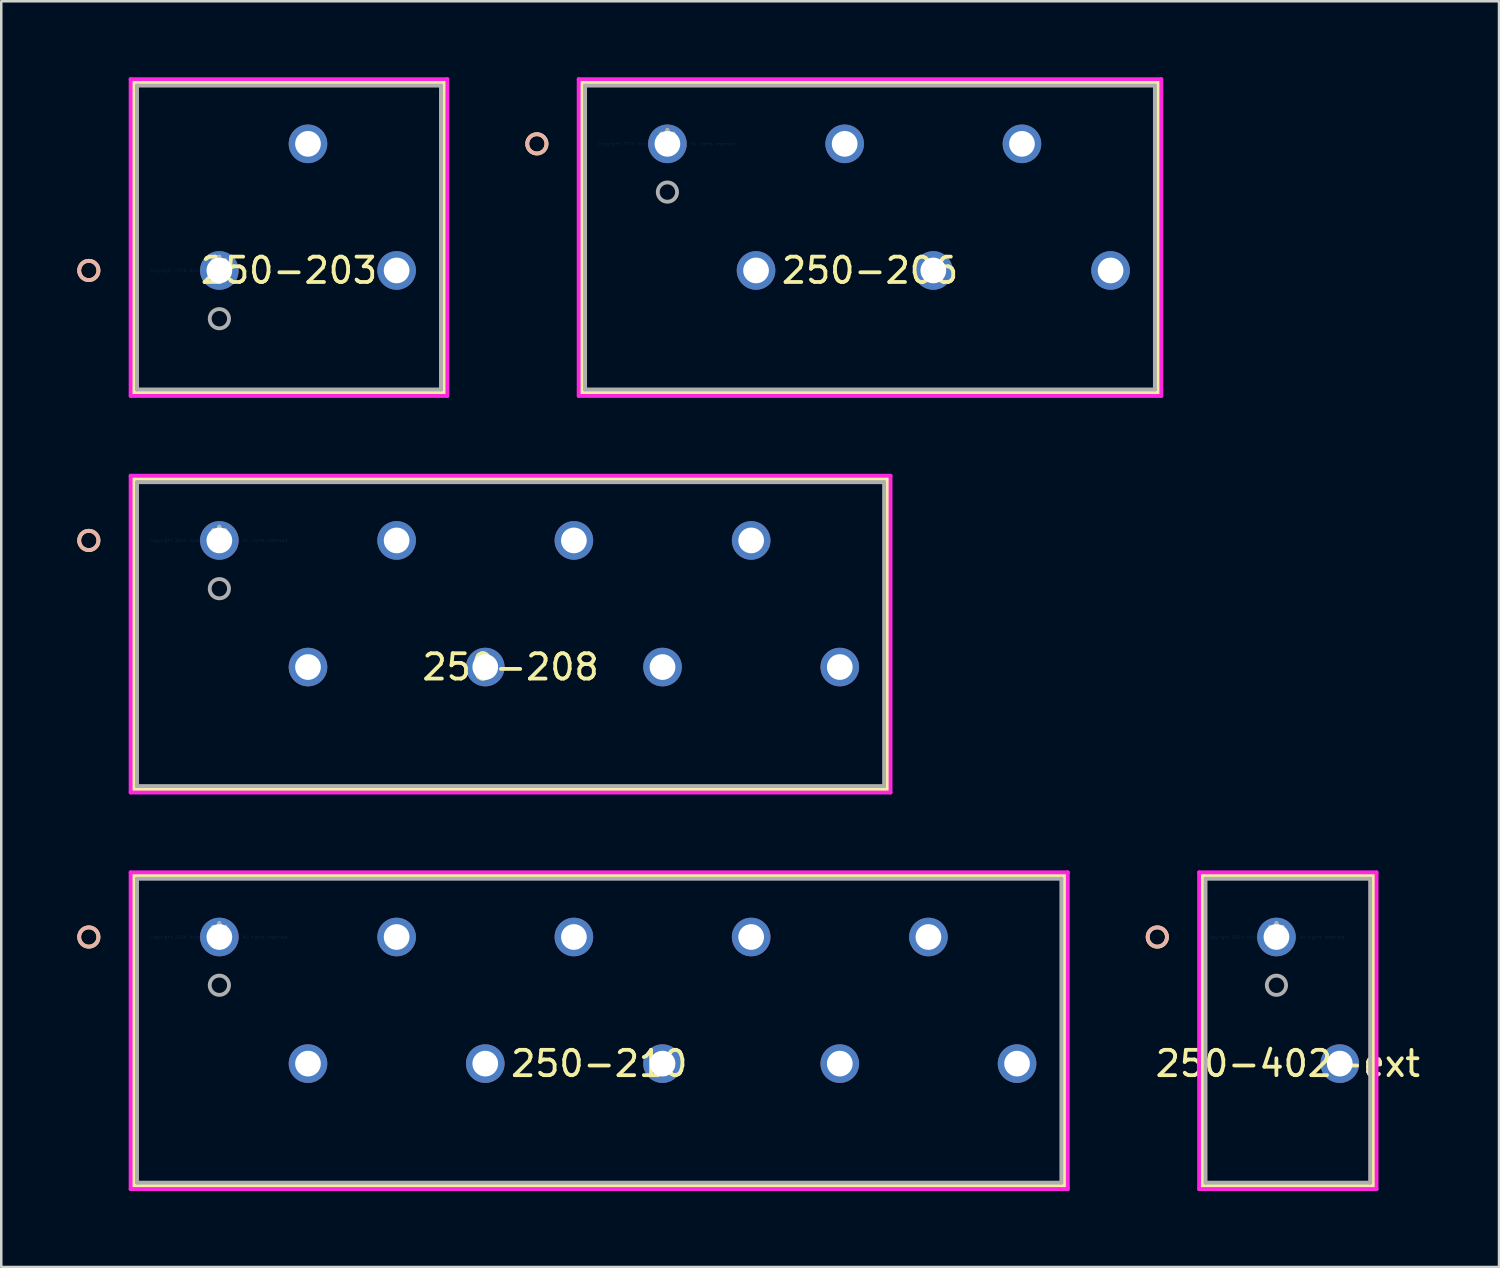
<source format=kicad_pcb>
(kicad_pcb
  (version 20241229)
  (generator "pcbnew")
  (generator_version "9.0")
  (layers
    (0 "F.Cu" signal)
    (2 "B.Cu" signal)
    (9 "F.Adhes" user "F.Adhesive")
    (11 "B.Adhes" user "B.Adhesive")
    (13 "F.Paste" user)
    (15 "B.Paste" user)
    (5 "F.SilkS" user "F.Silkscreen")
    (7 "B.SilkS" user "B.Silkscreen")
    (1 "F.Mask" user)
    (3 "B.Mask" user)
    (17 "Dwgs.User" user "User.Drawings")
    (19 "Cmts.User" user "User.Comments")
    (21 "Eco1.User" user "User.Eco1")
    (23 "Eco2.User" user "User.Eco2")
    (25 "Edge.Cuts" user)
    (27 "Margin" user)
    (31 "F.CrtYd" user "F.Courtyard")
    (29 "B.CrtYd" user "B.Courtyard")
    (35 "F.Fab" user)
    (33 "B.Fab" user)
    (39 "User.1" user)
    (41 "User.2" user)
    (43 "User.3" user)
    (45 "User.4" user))
  (footprint "250-206"
    (layer "F.Cu")
    (at 23.305 2.63)
    (property "Reference" "250-206" (at 8 5 0) (layer "F.SilkS") (effects (font (size 1 1) (thickness 0.15))))
    (attr through_hole)
    (fp_line (start -3.377 -2.427) (end -3.377 9.827) (stroke (width 0.152) (type solid)) (layer "F.SilkS"))
    (fp_line (start -3.377 9.827) (end 19.377 9.827) (stroke (width 0.152) (type solid)) (layer "F.SilkS"))
    (fp_line (start 19.377 -2.427) (end -3.377 -2.427) (stroke (width 0.152) (type solid)) (layer "F.SilkS"))
    (fp_line (start 19.377 9.827) (end 19.377 -2.427) (stroke (width 0.152) (type solid)) (layer "F.SilkS"))
    (fp_circle (center -5.155 0) (end -4.774 0) (stroke (width 0.152) (type solid)) (fill no) (layer "F.SilkS"))
    (fp_circle (center -5.155 0) (end -4.774 0) (stroke (width 0.152) (type solid)) (fill no) (layer "B.SilkS"))
    (fp_line (start -3.504 -2.554) (end -3.504 9.954) (stroke (width 0.152) (type solid)) (layer "F.CrtYd"))
    (fp_line (start -3.504 9.954) (end 19.504 9.954) (stroke (width 0.152) (type solid)) (layer "F.CrtYd"))
    (fp_line (start 19.504 -2.554) (end -3.504 -2.554) (stroke (width 0.152) (type solid)) (layer "F.CrtYd"))
    (fp_line (start 19.504 9.954) (end 19.504 -2.554) (stroke (width 0.152) (type solid)) (layer "F.CrtYd"))
    (fp_line (start -3.25 -2.3) (end -3.25 9.7) (stroke (width 0.152) (type solid)) (layer "F.Fab"))
    (fp_line (start -3.25 9.7) (end 19.25 9.7) (stroke (width 0.152) (type solid)) (layer "F.Fab"))
    (fp_line (start 19.25 -2.3) (end -3.25 -2.3) (stroke (width 0.152) (type solid)) (layer "F.Fab"))
    (fp_line (start 19.25 9.7) (end 19.25 -2.3) (stroke (width 0.152) (type solid)) (layer "F.Fab"))
    (fp_circle (center 0 1.905) (end 0.381 1.905) (stroke (width 0.152) (type solid)) (fill no) (layer "F.Fab"))
    (fp_text user "*" (at 0 0 0) (layer "F.SilkS") (effects (font (size 1 1) (thickness 0.15))))
    (fp_text user "Copyright 2016 Accelerated Designs. All rights reserved." (at 0 0 0) (layer "Cmts.User") (effects (font (size 0.127 0.127) (thickness 0.002))))
    (fp_text user "*" (at 0 0 0) (layer "F.Fab") (effects (font (size 1 1) (thickness 0.15))))
    (pad "1" thru_hole circle (at 0 0) (size 1.524 1.524) (drill 1.016) (layers "*.Cu" "*.Mask"))
    (pad "2" thru_hole circle (at 3.5 5) (size 1.524 1.524) (drill 1.016) (layers "*.Cu" "*.Mask"))
    (pad "3" thru_hole circle (at 7 0) (size 1.524 1.524) (drill 1.016) (layers "*.Cu" "*.Mask"))
    (pad "4" thru_hole circle (at 10.5 5) (size 1.524 1.524) (drill 1.016) (layers "*.Cu" "*.Mask"))
    (pad "5" thru_hole circle (at 14 0) (size 1.524 1.524) (drill 1.016) (layers "*.Cu" "*.Mask"))
    (pad "6" thru_hole circle (at 17.5 5) (size 1.524 1.524) (drill 1.016) (layers "*.Cu" "*.Mask")))
  (footprint "250-402-ext"
    (layer "F.Cu")
    (at 47.355 33.951)
    (property "Reference" "250-402-ext" (at 0.45 5 0) (layer "F.SilkS") (effects (font (size 1 1) (thickness 0.15))))
    (attr through_hole)
    (fp_line (start -2.927 -2.427) (end -2.927 9.827) (stroke (width 0.152) (type solid)) (layer "F.SilkS"))
    (fp_line (start -2.927 9.827) (end 3.827 9.827) (stroke (width 0.152) (type solid)) (layer "F.SilkS"))
    (fp_line (start 3.827 -2.427) (end -2.927 -2.427) (stroke (width 0.152) (type solid)) (layer "F.SilkS"))
    (fp_line (start 3.827 9.827) (end 3.827 -2.427) (stroke (width 0.152) (type solid)) (layer "F.SilkS"))
    (fp_circle (center -4.705 0) (end -4.324 0) (stroke (width 0.152) (type solid)) (fill no) (layer "F.SilkS"))
    (fp_circle (center -4.705 0) (end -4.324 0) (stroke (width 0.152) (type solid)) (fill no) (layer "B.SilkS"))
    (fp_line (start -3.054 -2.554) (end -3.054 9.954) (stroke (width 0.152) (type solid)) (layer "F.CrtYd"))
    (fp_line (start -3.054 9.954) (end 3.954 9.954) (stroke (width 0.152) (type solid)) (layer "F.CrtYd"))
    (fp_line (start 3.954 -2.554) (end -3.054 -2.554) (stroke (width 0.152) (type solid)) (layer "F.CrtYd"))
    (fp_line (start 3.954 9.954) (end 3.954 -2.554) (stroke (width 0.152) (type solid)) (layer "F.CrtYd"))
    (fp_line (start -2.8 -2.3) (end -2.8 9.7) (stroke (width 0.152) (type solid)) (layer "F.Fab"))
    (fp_line (start -2.8 9.7) (end 3.7 9.7) (stroke (width 0.152) (type solid)) (layer "F.Fab"))
    (fp_line (start 3.7 -2.3) (end -2.8 -2.3) (stroke (width 0.152) (type solid)) (layer "F.Fab"))
    (fp_line (start 3.7 9.7) (end 3.7 -2.3) (stroke (width 0.152) (type solid)) (layer "F.Fab"))
    (fp_circle (center 0 1.905) (end 0.381 1.905) (stroke (width 0.152) (type solid)) (fill no) (layer "F.Fab"))
    (fp_text user "*" (at 0 0 0) (layer "F.SilkS") (effects (font (size 1 1) (thickness 0.15))))
    (fp_text user "Copyright 2016 Accelerated Designs. All rights reserved." (at 0 0 0) (layer "Cmts.User") (effects (font (size 0.127 0.127) (thickness 0.002))))
    (fp_text user "*" (at 0 0 0) (layer "F.Fab") (effects (font (size 1 1) (thickness 0.15))))
    (pad "1" thru_hole circle (at 0 0) (size 1.524 1.524) (drill 1.016) (layers "*.Cu" "*.Mask"))
    (pad "2" thru_hole circle (at 2.5 5) (size 1.524 1.524) (drill 1.016) (layers "*.Cu" "*.Mask")))
  (footprint "250-210"
    (layer "F.Cu")
    (at 5.612 33.951)
    (property "Reference" "250-210" (at 15 5 0) (layer "F.SilkS") (effects (font (size 1 1) (thickness 0.15))))
    (attr through_hole)
    (fp_line (start -3.377 -2.427) (end -3.377 9.827) (stroke (width 0.152) (type solid)) (layer "F.SilkS"))
    (fp_line (start -3.377 9.827) (end 33.377 9.827) (stroke (width 0.152) (type solid)) (layer "F.SilkS"))
    (fp_line (start 33.377 -2.427) (end -3.377 -2.427) (stroke (width 0.152) (type solid)) (layer "F.SilkS"))
    (fp_line (start 33.377 9.827) (end 33.377 -2.427) (stroke (width 0.152) (type solid)) (layer "F.SilkS"))
    (fp_circle (center -5.155 0) (end -4.774 0) (stroke (width 0.152) (type solid)) (fill no) (layer "F.SilkS"))
    (fp_circle (center -5.155 0) (end -4.774 0) (stroke (width 0.152) (type solid)) (fill no) (layer "B.SilkS"))
    (fp_line (start -3.504 -2.554) (end -3.504 9.954) (stroke (width 0.152) (type solid)) (layer "F.CrtYd"))
    (fp_line (start -3.504 9.954) (end 33.504 9.954) (stroke (width 0.152) (type solid)) (layer "F.CrtYd"))
    (fp_line (start 33.504 -2.554) (end -3.504 -2.554) (stroke (width 0.152) (type solid)) (layer "F.CrtYd"))
    (fp_line (start 33.504 9.954) (end 33.504 -2.554) (stroke (width 0.152) (type solid)) (layer "F.CrtYd"))
    (fp_line (start -3.25 -2.3) (end -3.25 9.7) (stroke (width 0.152) (type solid)) (layer "F.Fab"))
    (fp_line (start -3.25 9.7) (end 33.25 9.7) (stroke (width 0.152) (type solid)) (layer "F.Fab"))
    (fp_line (start 33.25 -2.3) (end -3.25 -2.3) (stroke (width 0.152) (type solid)) (layer "F.Fab"))
    (fp_line (start 33.25 9.7) (end 33.25 -2.3) (stroke (width 0.152) (type solid)) (layer "F.Fab"))
    (fp_circle (center 0 1.905) (end 0.381 1.905) (stroke (width 0.152) (type solid)) (fill no) (layer "F.Fab"))
    (fp_text user "*" (at 0 0 0) (layer "F.SilkS") (effects (font (size 1 1) (thickness 0.15))))
    (fp_text user "Copyright 2016 Accelerated Designs. All rights reserved." (at 0 0 0) (layer "Cmts.User") (effects (font (size 0.127 0.127) (thickness 0.002))))
    (fp_text user "*" (at 0 0 0) (layer "F.Fab") (effects (font (size 1 1) (thickness 0.15))))
    (pad "1" thru_hole circle (at -0.000003 0) (size 1.524 1.524) (drill 1.016) (layers "*.Cu" "*.Mask"))
    (pad "2" thru_hole circle (at 3.5 5) (size 1.524 1.524) (drill 1.016) (layers "*.Cu" "*.Mask"))
    (pad "3" thru_hole circle (at 7 0) (size 1.524 1.524) (drill 1.016) (layers "*.Cu" "*.Mask"))
    (pad "4" thru_hole circle (at 10.5 5) (size 1.524 1.524) (drill 1.016) (layers "*.Cu" "*.Mask"))
    (pad "5" thru_hole circle (at 14 0) (size 1.524 1.524) (drill 1.016) (layers "*.Cu" "*.Mask"))
    (pad "6" thru_hole circle (at 17.5 5) (size 1.524 1.524) (drill 1.016) (layers "*.Cu" "*.Mask"))
    (pad "7" thru_hole circle (at 21 0) (size 1.524 1.524) (drill 1.016) (layers "*.Cu" "*.Mask"))
    (pad "8" thru_hole circle (at 24.5 5) (size 1.524 1.524) (drill 1.016) (layers "*.Cu" "*.Mask"))
    (pad "9" thru_hole circle (at 28 0) (size 1.524 1.524) (drill 1.016) (layers "*.Cu" "*.Mask"))
    (pad "10" thru_hole circle (at 31.5 5) (size 1.524 1.524) (drill 1.016) (layers "*.Cu" "*.Mask")))
  (footprint "250-208"
    (layer "F.Cu")
    (at 5.612 18.291)
    (property "Reference" "250-208" (at 11.5 5 0) (layer "F.SilkS") (effects (font (size 1 1) (thickness 0.15))))
    (attr through_hole)
    (fp_line (start -3.377 -2.427) (end -3.377 9.827) (stroke (width 0.152) (type solid)) (layer "F.SilkS"))
    (fp_line (start -3.377 9.827) (end 26.377 9.827) (stroke (width 0.152) (type solid)) (layer "F.SilkS"))
    (fp_line (start 26.377 -2.427) (end -3.377 -2.427) (stroke (width 0.152) (type solid)) (layer "F.SilkS"))
    (fp_line (start 26.377 9.827) (end 26.377 -2.427) (stroke (width 0.152) (type solid)) (layer "F.SilkS"))
    (fp_circle (center -5.155 0) (end -4.774 0) (stroke (width 0.152) (type solid)) (fill no) (layer "F.SilkS"))
    (fp_circle (center -5.155 0) (end -4.774 0) (stroke (width 0.152) (type solid)) (fill no) (layer "B.SilkS"))
    (fp_line (start -3.504 -2.554) (end -3.504 9.954) (stroke (width 0.152) (type solid)) (layer "F.CrtYd"))
    (fp_line (start -3.504 9.954) (end 26.504 9.954) (stroke (width 0.152) (type solid)) (layer "F.CrtYd"))
    (fp_line (start 26.504 -2.554) (end -3.504 -2.554) (stroke (width 0.152) (type solid)) (layer "F.CrtYd"))
    (fp_line (start 26.504 9.954) (end 26.504 -2.554) (stroke (width 0.152) (type solid)) (layer "F.CrtYd"))
    (fp_line (start -3.25 -2.3) (end -3.25 9.7) (stroke (width 0.152) (type solid)) (layer "F.Fab"))
    (fp_line (start -3.25 9.7) (end 26.25 9.7) (stroke (width 0.152) (type solid)) (layer "F.Fab"))
    (fp_line (start 26.25 -2.3) (end -3.25 -2.3) (stroke (width 0.152) (type solid)) (layer "F.Fab"))
    (fp_line (start 26.25 9.7) (end 26.25 -2.3) (stroke (width 0.152) (type solid)) (layer "F.Fab"))
    (fp_circle (center 0 1.905) (end 0.381 1.905) (stroke (width 0.152) (type solid)) (fill no) (layer "F.Fab"))
    (fp_text user "*" (at 0 0 0) (layer "F.SilkS") (effects (font (size 1 1) (thickness 0.15))))
    (fp_text user "Copyright 2016 Accelerated Designs. All rights reserved." (at 0 0 0) (layer "Cmts.User") (effects (font (size 0.127 0.127) (thickness 0.002))))
    (fp_text user "*" (at 0 0 0) (layer "F.Fab") (effects (font (size 1 1) (thickness 0.15))))
    (pad "1" thru_hole circle (at 0 0) (size 1.524 1.524) (drill 1.016) (layers "*.Cu" "*.Mask"))
    (pad "2" thru_hole circle (at 3.5 5) (size 1.524 1.524) (drill 1.016) (layers "*.Cu" "*.Mask"))
    (pad "3" thru_hole circle (at 7 0) (size 1.524 1.524) (drill 1.016) (layers "*.Cu" "*.Mask"))
    (pad "4" thru_hole circle (at 10.5 5) (size 1.524 1.524) (drill 1.016) (layers "*.Cu" "*.Mask"))
    (pad "5" thru_hole circle (at 14 0) (size 1.524 1.524) (drill 1.016) (layers "*.Cu" "*.Mask"))
    (pad "6" thru_hole circle (at 17.5 5) (size 1.524 1.524) (drill 1.016) (layers "*.Cu" "*.Mask"))
    (pad "7" thru_hole circle (at 21 0) (size 1.524 1.524) (drill 1.016) (layers "*.Cu" "*.Mask"))
    (pad "8" thru_hole circle (at 24.5 5) (size 1.524 1.524) (drill 1.016) (layers "*.Cu" "*.Mask")))
  (footprint "250-203"
    (layer "F.Cu")
    (at 5.612 7.63)
    (property "Reference" "250-203" (at 2.75 0 0) (layer "F.SilkS") (effects (font (size 1 1) (thickness 0.15))))
    (attr through_hole)
    (fp_line (start -3.377 -7.427) (end -3.377 4.827) (stroke (width 0.152) (type solid)) (layer "F.SilkS"))
    (fp_line (start -3.377 4.827) (end 8.877 4.827) (stroke (width 0.152) (type solid)) (layer "F.SilkS"))
    (fp_line (start 8.877 -7.427) (end -3.377 -7.427) (stroke (width 0.152) (type solid)) (layer "F.SilkS"))
    (fp_line (start 8.877 4.827) (end 8.877 -7.427) (stroke (width 0.152) (type solid)) (layer "F.SilkS"))
    (fp_circle (center -5.155 0) (end -4.774 0) (stroke (width 0.152) (type solid)) (fill no) (layer "F.SilkS"))
    (fp_circle (center -5.155 0) (end -4.774 0) (stroke (width 0.152) (type solid)) (fill no) (layer "B.SilkS"))
    (fp_line (start -3.504 -7.554) (end -3.504 4.954) (stroke (width 0.152) (type solid)) (layer "F.CrtYd"))
    (fp_line (start -3.504 4.954) (end 9.004 4.954) (stroke (width 0.152) (type solid)) (layer "F.CrtYd"))
    (fp_line (start 9.004 -7.554) (end -3.504 -7.554) (stroke (width 0.152) (type solid)) (layer "F.CrtYd"))
    (fp_line (start 9.004 4.954) (end 9.004 -7.554) (stroke (width 0.152) (type solid)) (layer "F.CrtYd"))
    (fp_line (start -3.25 -7.3) (end -3.25 4.7) (stroke (width 0.152) (type solid)) (layer "F.Fab"))
    (fp_line (start -3.25 4.7) (end 8.75 4.7) (stroke (width 0.152) (type solid)) (layer "F.Fab"))
    (fp_line (start 8.75 -7.3) (end -3.25 -7.3) (stroke (width 0.152) (type solid)) (layer "F.Fab"))
    (fp_line (start 8.75 4.7) (end 8.75 -7.3) (stroke (width 0.152) (type solid)) (layer "F.Fab"))
    (fp_circle (center 0 1.905) (end 0.381 1.905) (stroke (width 0.152) (type solid)) (fill no) (layer "F.Fab"))
    (fp_text user "*" (at 0 0 0) (layer "F.SilkS") (effects (font (size 1 1) (thickness 0.15))))
    (fp_text user "Copyright 2016 Accelerated Designs. All rights reserved." (at 0 0 0) (layer "Cmts.User") (effects (font (size 0.127 0.127) (thickness 0.002))))
    (fp_text user "*" (at 0 0 0) (layer "F.Fab") (effects (font (size 1 1) (thickness 0.15))))
    (pad "1" thru_hole circle (at 0 0) (size 1.524 1.524) (drill 1.016) (layers "*.Cu" "*.Mask"))
    (pad "2" thru_hole circle (at 3.5 -5) (size 1.524 1.524) (drill 1.016) (layers "*.Cu" "*.Mask"))
    (pad "3" thru_hole circle (at 7 0) (size 1.524 1.524) (drill 1.016) (layers "*.Cu" "*.Mask")))
  (gr_rect
    (start -3 -3)
    (end 56.144 46.981)
    (stroke (width 0.1) (type default))
    (fill no)
    (layer "Edge.Cuts")))
</source>
